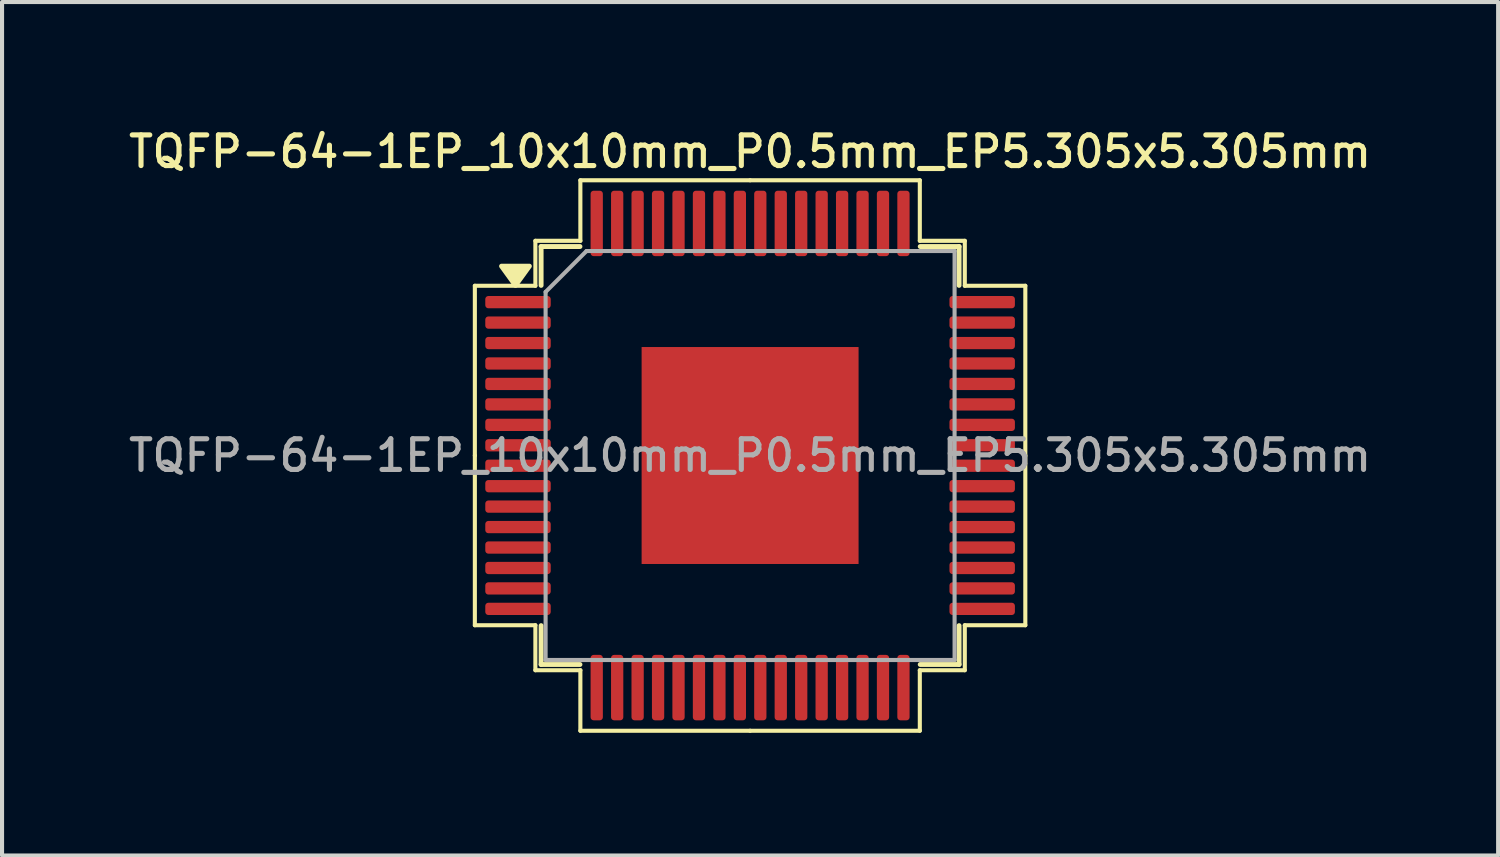
<source format=kicad_pcb>
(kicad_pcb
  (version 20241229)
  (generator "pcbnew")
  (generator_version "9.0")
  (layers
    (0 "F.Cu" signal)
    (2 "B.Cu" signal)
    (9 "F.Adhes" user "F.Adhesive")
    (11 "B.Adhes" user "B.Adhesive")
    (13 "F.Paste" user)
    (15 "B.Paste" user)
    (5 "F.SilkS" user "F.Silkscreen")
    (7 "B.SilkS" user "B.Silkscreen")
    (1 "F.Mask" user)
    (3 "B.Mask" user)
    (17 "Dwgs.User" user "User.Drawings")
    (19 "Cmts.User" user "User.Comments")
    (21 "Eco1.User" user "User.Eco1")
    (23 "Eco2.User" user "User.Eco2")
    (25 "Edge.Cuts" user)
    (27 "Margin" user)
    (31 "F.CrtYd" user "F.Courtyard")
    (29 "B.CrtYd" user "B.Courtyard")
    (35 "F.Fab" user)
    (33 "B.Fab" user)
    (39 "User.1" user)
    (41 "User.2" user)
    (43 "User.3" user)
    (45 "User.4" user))
  (footprint "TQFP-64-1EP_10x10mm_P0.5mm_EP5.305x5.305mm"
    (layer "F.Cu")
    (at 15.291 8.088)
    (property "Reference" "TQFP-64-1EP_10x10mm_P0.5mm_EP5.305x5.305mm" (at 0 -7.43 0) (layer "F.SilkS") (effects (font (size 0.75 0.75) (thickness 0.125))))
    (attr smd)
    (fp_line (start -6.73 -4.15) (end -6.73 0) (stroke (width 0.1) (type solid)) (layer "F.SilkS"))
    (fp_line (start -6.73 4.15) (end -6.73 0) (stroke (width 0.1) (type solid)) (layer "F.SilkS"))
    (fp_line (start -5.25 -5.25) (end -5.25 -4.15) (stroke (width 0.1) (type solid)) (layer "F.SilkS"))
    (fp_line (start -5.25 -4.15) (end -6.73 -4.15) (stroke (width 0.1) (type solid)) (layer "F.SilkS"))
    (fp_line (start -5.25 4.15) (end -6.73 4.15) (stroke (width 0.1) (type solid)) (layer "F.SilkS"))
    (fp_line (start -5.25 5.25) (end -5.25 4.15) (stroke (width 0.1) (type solid)) (layer "F.SilkS"))
    (fp_line (start -5.11 -5.11) (end -5.11 -4.16) (stroke (width 0.12) (type solid)) (layer "F.SilkS"))
    (fp_line (start -5.11 5.11) (end -5.11 4.16) (stroke (width 0.12) (type solid)) (layer "F.SilkS"))
    (fp_line (start -4.16 -5.11) (end -5.11 -5.11) (stroke (width 0.12) (type solid)) (layer "F.SilkS"))
    (fp_line (start -4.16 5.11) (end -5.11 5.11) (stroke (width 0.12) (type solid)) (layer "F.SilkS"))
    (fp_line (start -4.15 -6.73) (end -4.15 -5.25) (stroke (width 0.1) (type solid)) (layer "F.SilkS"))
    (fp_line (start -4.15 -5.25) (end -5.25 -5.25) (stroke (width 0.1) (type solid)) (layer "F.SilkS"))
    (fp_line (start -4.15 5.25) (end -5.25 5.25) (stroke (width 0.1) (type solid)) (layer "F.SilkS"))
    (fp_line (start -4.15 6.73) (end -4.15 5.25) (stroke (width 0.1) (type solid)) (layer "F.SilkS"))
    (fp_line (start 0 -6.73) (end -4.15 -6.73) (stroke (width 0.1) (type solid)) (layer "F.SilkS"))
    (fp_line (start 0 -6.73) (end 4.15 -6.73) (stroke (width 0.1) (type solid)) (layer "F.SilkS"))
    (fp_line (start 0 6.73) (end -4.15 6.73) (stroke (width 0.1) (type solid)) (layer "F.SilkS"))
    (fp_line (start 0 6.73) (end 4.15 6.73) (stroke (width 0.1) (type solid)) (layer "F.SilkS"))
    (fp_line (start 4.15 -6.73) (end 4.15 -5.25) (stroke (width 0.1) (type solid)) (layer "F.SilkS"))
    (fp_line (start 4.15 -5.25) (end 5.25 -5.25) (stroke (width 0.1) (type solid)) (layer "F.SilkS"))
    (fp_line (start 4.15 5.25) (end 5.25 5.25) (stroke (width 0.1) (type solid)) (layer "F.SilkS"))
    (fp_line (start 4.15 6.73) (end 4.15 5.25) (stroke (width 0.1) (type solid)) (layer "F.SilkS"))
    (fp_line (start 4.16 -5.11) (end 5.11 -5.11) (stroke (width 0.12) (type solid)) (layer "F.SilkS"))
    (fp_line (start 4.16 5.11) (end 5.11 5.11) (stroke (width 0.12) (type solid)) (layer "F.SilkS"))
    (fp_line (start 5.11 -5.11) (end 5.11 -4.16) (stroke (width 0.12) (type solid)) (layer "F.SilkS"))
    (fp_line (start 5.11 5.11) (end 5.11 4.16) (stroke (width 0.12) (type solid)) (layer "F.SilkS"))
    (fp_line (start 5.25 -5.25) (end 5.25 -4.15) (stroke (width 0.1) (type solid)) (layer "F.SilkS"))
    (fp_line (start 5.25 -4.15) (end 6.73 -4.15) (stroke (width 0.1) (type solid)) (layer "F.SilkS"))
    (fp_line (start 5.25 4.15) (end 6.73 4.15) (stroke (width 0.1) (type solid)) (layer "F.SilkS"))
    (fp_line (start 5.25 5.25) (end 5.25 4.15) (stroke (width 0.1) (type solid)) (layer "F.SilkS"))
    (fp_line (start 6.73 -4.15) (end 6.73 0) (stroke (width 0.1) (type solid)) (layer "F.SilkS"))
    (fp_line (start 6.73 4.15) (end 6.73 0) (stroke (width 0.1) (type solid)) (layer "F.SilkS"))
    (fp_poly (pts (xy -5.737 -4.16) (xy -6.077 -4.63) (xy -5.397 -4.63) (xy -5.737 -4.16)) (stroke (width 0.12) (type solid)) (fill yes) (layer "F.SilkS"))
    (fp_line (start -5 -4) (end -4 -5) (stroke (width 0.1) (type solid)) (layer "F.Fab"))
    (fp_line (start -5 5) (end -5 -4) (stroke (width 0.1) (type solid)) (layer "F.Fab"))
    (fp_line (start -4 -5) (end 5 -5) (stroke (width 0.1) (type solid)) (layer "F.Fab"))
    (fp_line (start 5 -5) (end 5 5) (stroke (width 0.1) (type solid)) (layer "F.Fab"))
    (fp_line (start 5 5) (end -5 5) (stroke (width 0.1) (type solid)) (layer "F.Fab"))
    (fp_text user "${REFERENCE}" (at 0 0 0) (layer "F.Fab") (effects (font (size 0.75 0.75) (thickness 0.125))))
    (pad "" smd roundrect (at -1.995 -1.995) (size 1.07 1.07) (layers "F.Paste") (roundrect_rratio 0.234))
    (pad "" smd roundrect (at -1.995 -0.665) (size 1.07 1.07) (layers "F.Paste") (roundrect_rratio 0.234))
    (pad "" smd roundrect (at -1.995 0.665) (size 1.07 1.07) (layers "F.Paste") (roundrect_rratio 0.234))
    (pad "" smd roundrect (at -1.995 1.995) (size 1.07 1.07) (layers "F.Paste") (roundrect_rratio 0.234))
    (pad "" smd roundrect (at -0.665 -1.995) (size 1.07 1.07) (layers "F.Paste") (roundrect_rratio 0.234))
    (pad "" smd roundrect (at -0.665 -0.665) (size 1.07 1.07) (layers "F.Paste") (roundrect_rratio 0.234))
    (pad "" smd roundrect (at -0.665 0.665) (size 1.07 1.07) (layers "F.Paste") (roundrect_rratio 0.234))
    (pad "" smd roundrect (at -0.665 1.995) (size 1.07 1.07) (layers "F.Paste") (roundrect_rratio 0.234))
    (pad "" smd roundrect (at 0.665 -1.995) (size 1.07 1.07) (layers "F.Paste") (roundrect_rratio 0.234))
    (pad "" smd roundrect (at 0.665 -0.665) (size 1.07 1.07) (layers "F.Paste") (roundrect_rratio 0.234))
    (pad "" smd roundrect (at 0.665 0.665) (size 1.07 1.07) (layers "F.Paste") (roundrect_rratio 0.234))
    (pad "" smd roundrect (at 0.665 1.995) (size 1.07 1.07) (layers "F.Paste") (roundrect_rratio 0.234))
    (pad "" smd roundrect (at 1.995 -1.995) (size 1.07 1.07) (layers "F.Paste") (roundrect_rratio 0.234))
    (pad "" smd roundrect (at 1.995 -0.665) (size 1.07 1.07) (layers "F.Paste") (roundrect_rratio 0.234))
    (pad "" smd roundrect (at 1.995 0.665) (size 1.07 1.07) (layers "F.Paste") (roundrect_rratio 0.234))
    (pad "" smd roundrect (at 1.995 1.995) (size 1.07 1.07) (layers "F.Paste") (roundrect_rratio 0.234))
    (pad "1" smd roundrect (at -5.675 -3.75) (size 1.6 0.3) (layers "F.Cu" "F.Mask" "F.Paste") (roundrect_rratio 0.25))
    (pad "2" smd roundrect (at -5.675 -3.25) (size 1.6 0.3) (layers "F.Cu" "F.Mask" "F.Paste") (roundrect_rratio 0.25))
    (pad "3" smd roundrect (at -5.675 -2.75) (size 1.6 0.3) (layers "F.Cu" "F.Mask" "F.Paste") (roundrect_rratio 0.25))
    (pad "4" smd roundrect (at -5.675 -2.25) (size 1.6 0.3) (layers "F.Cu" "F.Mask" "F.Paste") (roundrect_rratio 0.25))
    (pad "5" smd roundrect (at -5.675 -1.75) (size 1.6 0.3) (layers "F.Cu" "F.Mask" "F.Paste") (roundrect_rratio 0.25))
    (pad "6" smd roundrect (at -5.675 -1.25) (size 1.6 0.3) (layers "F.Cu" "F.Mask" "F.Paste") (roundrect_rratio 0.25))
    (pad "7" smd roundrect (at -5.675 -0.75) (size 1.6 0.3) (layers "F.Cu" "F.Mask" "F.Paste") (roundrect_rratio 0.25))
    (pad "8" smd roundrect (at -5.675 -0.25) (size 1.6 0.3) (layers "F.Cu" "F.Mask" "F.Paste") (roundrect_rratio 0.25))
    (pad "9" smd roundrect (at -5.675 0.25) (size 1.6 0.3) (layers "F.Cu" "F.Mask" "F.Paste") (roundrect_rratio 0.25))
    (pad "10" smd roundrect (at -5.675 0.75) (size 1.6 0.3) (layers "F.Cu" "F.Mask" "F.Paste") (roundrect_rratio 0.25))
    (pad "11" smd roundrect (at -5.675 1.25) (size 1.6 0.3) (layers "F.Cu" "F.Mask" "F.Paste") (roundrect_rratio 0.25))
    (pad "12" smd roundrect (at -5.675 1.75) (size 1.6 0.3) (layers "F.Cu" "F.Mask" "F.Paste") (roundrect_rratio 0.25))
    (pad "13" smd roundrect (at -5.675 2.25) (size 1.6 0.3) (layers "F.Cu" "F.Mask" "F.Paste") (roundrect_rratio 0.25))
    (pad "14" smd roundrect (at -5.675 2.75) (size 1.6 0.3) (layers "F.Cu" "F.Mask" "F.Paste") (roundrect_rratio 0.25))
    (pad "15" smd roundrect (at -5.675 3.25) (size 1.6 0.3) (layers "F.Cu" "F.Mask" "F.Paste") (roundrect_rratio 0.25))
    (pad "16" smd roundrect (at -5.675 3.75) (size 1.6 0.3) (layers "F.Cu" "F.Mask" "F.Paste") (roundrect_rratio 0.25))
    (pad "17" smd roundrect (at -3.75 5.675) (size 0.3 1.6) (layers "F.Cu" "F.Mask" "F.Paste") (roundrect_rratio 0.25))
    (pad "18" smd roundrect (at -3.25 5.675) (size 0.3 1.6) (layers "F.Cu" "F.Mask" "F.Paste") (roundrect_rratio 0.25))
    (pad "19" smd roundrect (at -2.75 5.675) (size 0.3 1.6) (layers "F.Cu" "F.Mask" "F.Paste") (roundrect_rratio 0.25))
    (pad "20" smd roundrect (at -2.25 5.675) (size 0.3 1.6) (layers "F.Cu" "F.Mask" "F.Paste") (roundrect_rratio 0.25))
    (pad "21" smd roundrect (at -1.75 5.675) (size 0.3 1.6) (layers "F.Cu" "F.Mask" "F.Paste") (roundrect_rratio 0.25))
    (pad "22" smd roundrect (at -1.25 5.675) (size 0.3 1.6) (layers "F.Cu" "F.Mask" "F.Paste") (roundrect_rratio 0.25))
    (pad "23" smd roundrect (at -0.75 5.675) (size 0.3 1.6) (layers "F.Cu" "F.Mask" "F.Paste") (roundrect_rratio 0.25))
    (pad "24" smd roundrect (at -0.25 5.675) (size 0.3 1.6) (layers "F.Cu" "F.Mask" "F.Paste") (roundrect_rratio 0.25))
    (pad "25" smd roundrect (at 0.25 5.675) (size 0.3 1.6) (layers "F.Cu" "F.Mask" "F.Paste") (roundrect_rratio 0.25))
    (pad "26" smd roundrect (at 0.75 5.675) (size 0.3 1.6) (layers "F.Cu" "F.Mask" "F.Paste") (roundrect_rratio 0.25))
    (pad "27" smd roundrect (at 1.25 5.675) (size 0.3 1.6) (layers "F.Cu" "F.Mask" "F.Paste") (roundrect_rratio 0.25))
    (pad "28" smd roundrect (at 1.75 5.675) (size 0.3 1.6) (layers "F.Cu" "F.Mask" "F.Paste") (roundrect_rratio 0.25))
    (pad "29" smd roundrect (at 2.25 5.675) (size 0.3 1.6) (layers "F.Cu" "F.Mask" "F.Paste") (roundrect_rratio 0.25))
    (pad "30" smd roundrect (at 2.75 5.675) (size 0.3 1.6) (layers "F.Cu" "F.Mask" "F.Paste") (roundrect_rratio 0.25))
    (pad "31" smd roundrect (at 3.25 5.675) (size 0.3 1.6) (layers "F.Cu" "F.Mask" "F.Paste") (roundrect_rratio 0.25))
    (pad "32" smd roundrect (at 3.75 5.675) (size 0.3 1.6) (layers "F.Cu" "F.Mask" "F.Paste") (roundrect_rratio 0.25))
    (pad "33" smd roundrect (at 5.675 3.75) (size 1.6 0.3) (layers "F.Cu" "F.Mask" "F.Paste") (roundrect_rratio 0.25))
    (pad "34" smd roundrect (at 5.675 3.25) (size 1.6 0.3) (layers "F.Cu" "F.Mask" "F.Paste") (roundrect_rratio 0.25))
    (pad "35" smd roundrect (at 5.675 2.75) (size 1.6 0.3) (layers "F.Cu" "F.Mask" "F.Paste") (roundrect_rratio 0.25))
    (pad "36" smd roundrect (at 5.675 2.25) (size 1.6 0.3) (layers "F.Cu" "F.Mask" "F.Paste") (roundrect_rratio 0.25))
    (pad "37" smd roundrect (at 5.675 1.75) (size 1.6 0.3) (layers "F.Cu" "F.Mask" "F.Paste") (roundrect_rratio 0.25))
    (pad "38" smd roundrect (at 5.675 1.25) (size 1.6 0.3) (layers "F.Cu" "F.Mask" "F.Paste") (roundrect_rratio 0.25))
    (pad "39" smd roundrect (at 5.675 0.75) (size 1.6 0.3) (layers "F.Cu" "F.Mask" "F.Paste") (roundrect_rratio 0.25))
    (pad "40" smd roundrect (at 5.675 0.25) (size 1.6 0.3) (layers "F.Cu" "F.Mask" "F.Paste") (roundrect_rratio 0.25))
    (pad "41" smd roundrect (at 5.675 -0.25) (size 1.6 0.3) (layers "F.Cu" "F.Mask" "F.Paste") (roundrect_rratio 0.25))
    (pad "42" smd roundrect (at 5.675 -0.75) (size 1.6 0.3) (layers "F.Cu" "F.Mask" "F.Paste") (roundrect_rratio 0.25))
    (pad "43" smd roundrect (at 5.675 -1.25) (size 1.6 0.3) (layers "F.Cu" "F.Mask" "F.Paste") (roundrect_rratio 0.25))
    (pad "44" smd roundrect (at 5.675 -1.75) (size 1.6 0.3) (layers "F.Cu" "F.Mask" "F.Paste") (roundrect_rratio 0.25))
    (pad "45" smd roundrect (at 5.675 -2.25) (size 1.6 0.3) (layers "F.Cu" "F.Mask" "F.Paste") (roundrect_rratio 0.25))
    (pad "46" smd roundrect (at 5.675 -2.75) (size 1.6 0.3) (layers "F.Cu" "F.Mask" "F.Paste") (roundrect_rratio 0.25))
    (pad "47" smd roundrect (at 5.675 -3.25) (size 1.6 0.3) (layers "F.Cu" "F.Mask" "F.Paste") (roundrect_rratio 0.25))
    (pad "48" smd roundrect (at 5.675 -3.75) (size 1.6 0.3) (layers "F.Cu" "F.Mask" "F.Paste") (roundrect_rratio 0.25))
    (pad "49" smd roundrect (at 3.75 -5.675) (size 0.3 1.6) (layers "F.Cu" "F.Mask" "F.Paste") (roundrect_rratio 0.25))
    (pad "50" smd roundrect (at 3.25 -5.675) (size 0.3 1.6) (layers "F.Cu" "F.Mask" "F.Paste") (roundrect_rratio 0.25))
    (pad "51" smd roundrect (at 2.75 -5.675) (size 0.3 1.6) (layers "F.Cu" "F.Mask" "F.Paste") (roundrect_rratio 0.25))
    (pad "52" smd roundrect (at 2.25 -5.675) (size 0.3 1.6) (layers "F.Cu" "F.Mask" "F.Paste") (roundrect_rratio 0.25))
    (pad "53" smd roundrect (at 1.75 -5.675) (size 0.3 1.6) (layers "F.Cu" "F.Mask" "F.Paste") (roundrect_rratio 0.25))
    (pad "54" smd roundrect (at 1.25 -5.675) (size 0.3 1.6) (layers "F.Cu" "F.Mask" "F.Paste") (roundrect_rratio 0.25))
    (pad "55" smd roundrect (at 0.75 -5.675) (size 0.3 1.6) (layers "F.Cu" "F.Mask" "F.Paste") (roundrect_rratio 0.25))
    (pad "56" smd roundrect (at 0.25 -5.675) (size 0.3 1.6) (layers "F.Cu" "F.Mask" "F.Paste") (roundrect_rratio 0.25))
    (pad "57" smd roundrect (at -0.25 -5.675) (size 0.3 1.6) (layers "F.Cu" "F.Mask" "F.Paste") (roundrect_rratio 0.25))
    (pad "58" smd roundrect (at -0.75 -5.675) (size 0.3 1.6) (layers "F.Cu" "F.Mask" "F.Paste") (roundrect_rratio 0.25))
    (pad "59" smd roundrect (at -1.25 -5.675) (size 0.3 1.6) (layers "F.Cu" "F.Mask" "F.Paste") (roundrect_rratio 0.25))
    (pad "60" smd roundrect (at -1.75 -5.675) (size 0.3 1.6) (layers "F.Cu" "F.Mask" "F.Paste") (roundrect_rratio 0.25))
    (pad "61" smd roundrect (at -2.25 -5.675) (size 0.3 1.6) (layers "F.Cu" "F.Mask" "F.Paste") (roundrect_rratio 0.25))
    (pad "62" smd roundrect (at -2.75 -5.675) (size 0.3 1.6) (layers "F.Cu" "F.Mask" "F.Paste") (roundrect_rratio 0.25))
    (pad "63" smd roundrect (at -3.25 -5.675) (size 0.3 1.6) (layers "F.Cu" "F.Mask" "F.Paste") (roundrect_rratio 0.25))
    (pad "64" smd roundrect (at -3.75 -5.675) (size 0.3 1.6) (layers "F.Cu" "F.Mask" "F.Paste") (roundrect_rratio 0.25))
    (pad "65" smd rect (at 0 0) (size 5.305 5.305) (property pad_prop_heatsink) (layers "F.Cu" "F.Mask")))
  (gr_rect
    (start -3 -3)
    (end 33.582 17.868)
    (stroke (width 0.1) (type default))
    (fill no)
    (layer "Edge.Cuts")))
</source>
